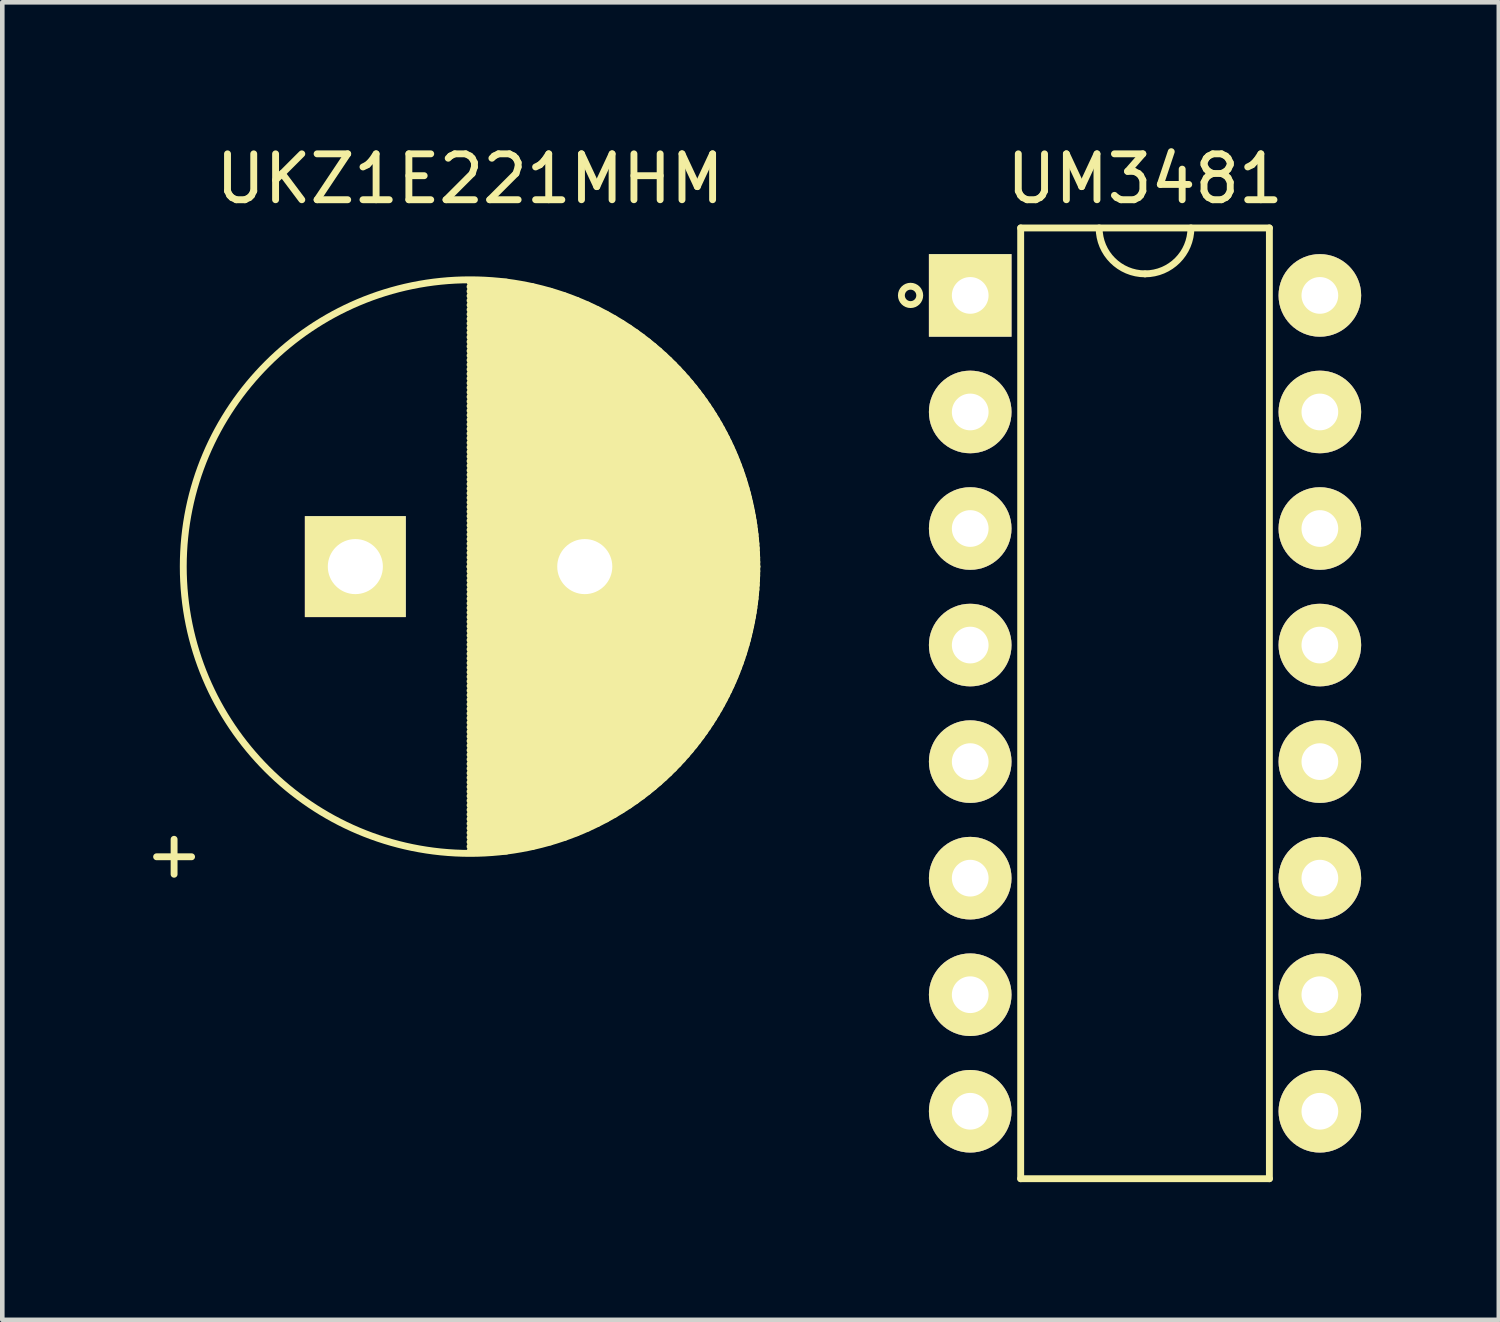
<source format=kicad_pcb>
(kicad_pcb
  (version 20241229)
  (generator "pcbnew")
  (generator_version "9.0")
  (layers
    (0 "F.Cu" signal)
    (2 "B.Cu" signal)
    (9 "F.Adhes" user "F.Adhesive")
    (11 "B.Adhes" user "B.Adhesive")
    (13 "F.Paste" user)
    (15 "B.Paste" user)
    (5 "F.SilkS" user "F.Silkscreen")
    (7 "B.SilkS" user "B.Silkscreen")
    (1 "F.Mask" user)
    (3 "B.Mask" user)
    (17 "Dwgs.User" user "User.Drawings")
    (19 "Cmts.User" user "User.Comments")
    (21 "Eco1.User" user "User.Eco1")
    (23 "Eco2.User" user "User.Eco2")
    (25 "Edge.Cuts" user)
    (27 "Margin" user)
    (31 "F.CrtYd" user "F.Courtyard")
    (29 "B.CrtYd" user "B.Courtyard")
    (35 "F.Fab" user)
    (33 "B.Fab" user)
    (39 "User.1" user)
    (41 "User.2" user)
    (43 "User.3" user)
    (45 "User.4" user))
  (footprint "UM3481"
    (layer "F.Cu")
    (at 18.094 3.388)
    (property "Reference" "UM3481" (at 3.81 -2.54 0) (layer "F.SilkS") (effects (font (size 1 1) (thickness 0.15))))
    (attr through_hole)
    (fp_line (start 1.1 -1.47) (end 6.52 -1.47) (stroke (width 0.15) (type solid)) (layer "F.SilkS"))
    (fp_line (start 1.1 19.25) (end 1.1 -1.47) (stroke (width 0.15) (type solid)) (layer "F.SilkS"))
    (fp_line (start 6.52 -1.47) (end 6.52 19.25) (stroke (width 0.15) (type solid)) (layer "F.SilkS"))
    (fp_line (start 6.52 19.25) (end 1.1 19.25) (stroke (width 0.15) (type solid)) (layer "F.SilkS"))
    (fp_arc (start 3.81 -0.47) (mid 3.102893 -0.762893) (end 2.81 -1.47) (stroke (width 0.15) (type solid)) (layer "F.SilkS"))
    (fp_arc (start 4.81 -1.47) (mid 4.517107 -0.762893) (end 3.81 -0.47) (stroke (width 0.15) (type solid)) (layer "F.SilkS"))
    (fp_circle (center -1.3 0) (end -1.3 0.2) (stroke (width 0.15) (type solid)) (fill no) (layer "F.SilkS"))
    (pad "1" thru_hole rect (at 0 0) (size 1.8 1.8) (drill 0.8) (layers "*.Cu" "*.Mask" "F.SilkS"))
    (pad "2" thru_hole circle (at 0 2.54) (size 1.8 1.8) (drill 0.8) (layers "*.Cu" "*.Mask" "F.SilkS"))
    (pad "3" thru_hole circle (at 0 5.08) (size 1.8 1.8) (drill 0.8) (layers "*.Cu" "*.Mask" "F.SilkS"))
    (pad "4" thru_hole circle (at 0 7.62) (size 1.8 1.8) (drill 0.8) (layers "*.Cu" "*.Mask" "F.SilkS"))
    (pad "5" thru_hole circle (at 0 10.16) (size 1.8 1.8) (drill 0.8) (layers "*.Cu" "*.Mask" "F.SilkS"))
    (pad "6" thru_hole circle (at 0 12.7) (size 1.8 1.8) (drill 0.8) (layers "*.Cu" "*.Mask" "F.SilkS"))
    (pad "7" thru_hole circle (at 0 15.24) (size 1.8 1.8) (drill 0.8) (layers "*.Cu" "*.Mask" "F.SilkS"))
    (pad "8" thru_hole circle (at 0 17.78) (size 1.8 1.8) (drill 0.8) (layers "*.Cu" "*.Mask" "F.SilkS"))
    (pad "9" thru_hole circle (at 7.62 17.78) (size 1.8 1.8) (drill 0.8) (layers "*.Cu" "*.Mask" "F.SilkS"))
    (pad "10" thru_hole circle (at 7.62 15.24) (size 1.8 1.8) (drill 0.8) (layers "*.Cu" "*.Mask" "F.SilkS"))
    (pad "11" thru_hole circle (at 7.62 12.7) (size 1.8 1.8) (drill 0.8) (layers "*.Cu" "*.Mask" "F.SilkS"))
    (pad "12" thru_hole circle (at 7.62 10.16) (size 1.8 1.8) (drill 0.8) (layers "*.Cu" "*.Mask" "F.SilkS"))
    (pad "13" thru_hole circle (at 7.62 7.62) (size 1.8 1.8) (drill 0.8) (layers "*.Cu" "*.Mask" "F.SilkS"))
    (pad "14" thru_hole circle (at 7.62 5.08) (size 1.8 1.8) (drill 0.8) (layers "*.Cu" "*.Mask" "F.SilkS"))
    (pad "15" thru_hole circle (at 7.62 2.54) (size 1.8 1.8) (drill 0.8) (layers "*.Cu" "*.Mask" "F.SilkS"))
    (pad "16" thru_hole circle (at 7.62 0) (size 1.8 1.8) (drill 0.8) (layers "*.Cu" "*.Mask" "F.SilkS")))
  (footprint "UKZ1E221MHM"
    (layer "F.Cu")
    (at 4.694 9.298)
    (property "Reference" "UKZ1E221MHM" (at 2.5 -8.45 0) (layer "F.SilkS") (effects (font (size 1 1) (thickness 0.15))))
    (attr through_hole)
    (fp_line (start 2.5 -6.2) (end 3.289 -6.2) (stroke (width 0.15) (type solid)) (layer "F.SilkS"))
    (fp_line (start 2.5 -6.1) (end 3.861 -6.1) (stroke (width 0.15) (type solid)) (layer "F.SilkS"))
    (fp_line (start 2.5 -6) (end 4.25 -6) (stroke (width 0.15) (type solid)) (layer "F.SilkS"))
    (fp_line (start 2.5 -5.9) (end 4.562 -5.9) (stroke (width 0.15) (type solid)) (layer "F.SilkS"))
    (fp_line (start 2.5 -5.8) (end 4.829 -5.8) (stroke (width 0.15) (type solid)) (layer "F.SilkS"))
    (fp_line (start 2.5 -5.7) (end 5.064 -5.7) (stroke (width 0.15) (type solid)) (layer "F.SilkS"))
    (fp_line (start 2.5 -5.6) (end 5.275 -5.6) (stroke (width 0.15) (type solid)) (layer "F.SilkS"))
    (fp_line (start 2.5 -5.5) (end 5.469 -5.5) (stroke (width 0.15) (type solid)) (layer "F.SilkS"))
    (fp_line (start 2.5 -5.4) (end 5.647 -5.4) (stroke (width 0.15) (type solid)) (layer "F.SilkS"))
    (fp_line (start 2.5 -5.3) (end 5.812 -5.3) (stroke (width 0.15) (type solid)) (layer "F.SilkS"))
    (fp_line (start 2.5 -5.2) (end 5.967 -5.2) (stroke (width 0.15) (type solid)) (layer "F.SilkS"))
    (fp_line (start 2.5 -5.1) (end 6.113 -5.1) (stroke (width 0.15) (type solid)) (layer "F.SilkS"))
    (fp_line (start 2.5 -5) (end 6.25 -5) (stroke (width 0.15) (type solid)) (layer "F.SilkS"))
    (fp_line (start 2.5 -4.9) (end 6.38 -4.9) (stroke (width 0.15) (type solid)) (layer "F.SilkS"))
    (fp_line (start 2.5 -4.8) (end 6.503 -4.8) (stroke (width 0.15) (type solid)) (layer "F.SilkS"))
    (fp_line (start 2.5 -4.7) (end 6.62 -4.7) (stroke (width 0.15) (type solid)) (layer "F.SilkS"))
    (fp_line (start 2.5 -4.6) (end 6.731 -4.6) (stroke (width 0.15) (type solid)) (layer "F.SilkS"))
    (fp_line (start 2.5 -4.5) (end 6.837 -4.5) (stroke (width 0.15) (type solid)) (layer "F.SilkS"))
    (fp_line (start 2.5 -4.4) (end 6.939 -4.4) (stroke (width 0.15) (type solid)) (layer "F.SilkS"))
    (fp_line (start 2.5 -4.3) (end 7.036 -4.3) (stroke (width 0.15) (type solid)) (layer "F.SilkS"))
    (fp_line (start 2.5 -4.2) (end 7.128 -4.2) (stroke (width 0.15) (type solid)) (layer "F.SilkS"))
    (fp_line (start 2.5 -4.1) (end 7.217 -4.1) (stroke (width 0.15) (type solid)) (layer "F.SilkS"))
    (fp_line (start 2.5 -4) (end 7.302 -4) (stroke (width 0.15) (type solid)) (layer "F.SilkS"))
    (fp_line (start 2.5 -3.9) (end 7.384 -3.9) (stroke (width 0.15) (type solid)) (layer "F.SilkS"))
    (fp_line (start 2.5 -3.8) (end 7.462 -3.8) (stroke (width 0.15) (type solid)) (layer "F.SilkS"))
    (fp_line (start 2.5 -3.7) (end 7.537 -3.7) (stroke (width 0.15) (type solid)) (layer "F.SilkS"))
    (fp_line (start 2.5 -3.6) (end 7.609 -3.6) (stroke (width 0.15) (type solid)) (layer "F.SilkS"))
    (fp_line (start 2.5 -3.5) (end 7.678 -3.5) (stroke (width 0.15) (type solid)) (layer "F.SilkS"))
    (fp_line (start 2.5 -3.4) (end 7.744 -3.4) (stroke (width 0.15) (type solid)) (layer "F.SilkS"))
    (fp_line (start 2.5 -3.3) (end 7.808 -3.3) (stroke (width 0.15) (type solid)) (layer "F.SilkS"))
    (fp_line (start 2.5 -3.2) (end 7.869 -3.2) (stroke (width 0.15) (type solid)) (layer "F.SilkS"))
    (fp_line (start 2.5 -3.1) (end 7.927 -3.1) (stroke (width 0.15) (type solid)) (layer "F.SilkS"))
    (fp_line (start 2.5 -3) (end 7.983 -3) (stroke (width 0.15) (type solid)) (layer "F.SilkS"))
    (fp_line (start 2.5 -2.9) (end 8.036 -2.9) (stroke (width 0.15) (type solid)) (layer "F.SilkS"))
    (fp_line (start 2.5 -2.8) (end 8.088 -2.8) (stroke (width 0.15) (type solid)) (layer "F.SilkS"))
    (fp_line (start 2.5 -2.7) (end 8.137 -2.7) (stroke (width 0.15) (type solid)) (layer "F.SilkS"))
    (fp_line (start 2.5 -2.6) (end 8.184 -2.6) (stroke (width 0.15) (type solid)) (layer "F.SilkS"))
    (fp_line (start 2.5 -2.5) (end 8.228 -2.5) (stroke (width 0.15) (type solid)) (layer "F.SilkS"))
    (fp_line (start 2.5 -2.4) (end 8.271 -2.4) (stroke (width 0.15) (type solid)) (layer "F.SilkS"))
    (fp_line (start 2.5 -2.3) (end 8.311 -2.3) (stroke (width 0.15) (type solid)) (layer "F.SilkS"))
    (fp_line (start 2.5 -2.2) (end 8.35 -2.2) (stroke (width 0.15) (type solid)) (layer "F.SilkS"))
    (fp_line (start 2.5 -2.1) (end 8.387 -2.1) (stroke (width 0.15) (type solid)) (layer "F.SilkS"))
    (fp_line (start 2.5 -2) (end 8.421 -2) (stroke (width 0.15) (type solid)) (layer "F.SilkS"))
    (fp_line (start 2.5 -1.9) (end 8.454 -1.9) (stroke (width 0.15) (type solid)) (layer "F.SilkS"))
    (fp_line (start 2.5 -1.8) (end 8.485 -1.8) (stroke (width 0.15) (type solid)) (layer "F.SilkS"))
    (fp_line (start 2.5 -1.7) (end 8.514 -1.7) (stroke (width 0.15) (type solid)) (layer "F.SilkS"))
    (fp_line (start 2.5 -1.6) (end 8.542 -1.6) (stroke (width 0.15) (type solid)) (layer "F.SilkS"))
    (fp_line (start 2.5 -1.5) (end 8.567 -1.5) (stroke (width 0.15) (type solid)) (layer "F.SilkS"))
    (fp_line (start 2.5 -1.4) (end 8.591 -1.4) (stroke (width 0.15) (type solid)) (layer "F.SilkS"))
    (fp_line (start 2.5 -1.3) (end 8.613 -1.3) (stroke (width 0.15) (type solid)) (layer "F.SilkS"))
    (fp_line (start 2.5 -1.2) (end 8.634 -1.2) (stroke (width 0.15) (type solid)) (layer "F.SilkS"))
    (fp_line (start 2.5 -1.1) (end 8.652 -1.1) (stroke (width 0.15) (type solid)) (layer "F.SilkS"))
    (fp_line (start 2.5 -1) (end 8.669 -1) (stroke (width 0.15) (type solid)) (layer "F.SilkS"))
    (fp_line (start 2.5 -0.9) (end 8.685 -0.9) (stroke (width 0.15) (type solid)) (layer "F.SilkS"))
    (fp_line (start 2.5 -0.8) (end 8.699 -0.8) (stroke (width 0.15) (type solid)) (layer "F.SilkS"))
    (fp_line (start 2.5 -0.7) (end 8.711 -0.7) (stroke (width 0.15) (type solid)) (layer "F.SilkS"))
    (fp_line (start 2.5 -0.6) (end 8.721 -0.6) (stroke (width 0.15) (type solid)) (layer "F.SilkS"))
    (fp_line (start 2.5 -0.5) (end 8.73 -0.5) (stroke (width 0.15) (type solid)) (layer "F.SilkS"))
    (fp_line (start 2.5 -0.4) (end 8.737 -0.4) (stroke (width 0.15) (type solid)) (layer "F.SilkS"))
    (fp_line (start 2.5 -0.3) (end 8.743 -0.3) (stroke (width 0.15) (type solid)) (layer "F.SilkS"))
    (fp_line (start 2.5 -0.2) (end 8.747 -0.2) (stroke (width 0.15) (type solid)) (layer "F.SilkS"))
    (fp_line (start 2.5 -0.1) (end 8.749 -0.1) (stroke (width 0.15) (type solid)) (layer "F.SilkS"))
    (fp_line (start 2.5 0) (end 8.75 0) (stroke (width 0.15) (type solid)) (layer "F.SilkS"))
    (fp_line (start 2.5 0) (end 8.75 0) (stroke (width 0.15) (type solid)) (layer "F.SilkS"))
    (fp_line (start 2.5 0.1) (end 8.749 0.1) (stroke (width 0.15) (type solid)) (layer "F.SilkS"))
    (fp_line (start 2.5 0.2) (end 8.747 0.2) (stroke (width 0.15) (type solid)) (layer "F.SilkS"))
    (fp_line (start 2.5 0.3) (end 8.743 0.3) (stroke (width 0.15) (type solid)) (layer "F.SilkS"))
    (fp_line (start 2.5 0.4) (end 8.737 0.4) (stroke (width 0.15) (type solid)) (layer "F.SilkS"))
    (fp_line (start 2.5 0.5) (end 8.73 0.5) (stroke (width 0.15) (type solid)) (layer "F.SilkS"))
    (fp_line (start 2.5 0.6) (end 8.721 0.6) (stroke (width 0.15) (type solid)) (layer "F.SilkS"))
    (fp_line (start 2.5 0.7) (end 8.711 0.7) (stroke (width 0.15) (type solid)) (layer "F.SilkS"))
    (fp_line (start 2.5 0.8) (end 8.699 0.8) (stroke (width 0.15) (type solid)) (layer "F.SilkS"))
    (fp_line (start 2.5 0.9) (end 8.685 0.9) (stroke (width 0.15) (type solid)) (layer "F.SilkS"))
    (fp_line (start 2.5 1) (end 8.669 1) (stroke (width 0.15) (type solid)) (layer "F.SilkS"))
    (fp_line (start 2.5 1.1) (end 8.652 1.1) (stroke (width 0.15) (type solid)) (layer "F.SilkS"))
    (fp_line (start 2.5 1.2) (end 8.634 1.2) (stroke (width 0.15) (type solid)) (layer "F.SilkS"))
    (fp_line (start 2.5 1.3) (end 8.613 1.3) (stroke (width 0.15) (type solid)) (layer "F.SilkS"))
    (fp_line (start 2.5 1.4) (end 8.591 1.4) (stroke (width 0.15) (type solid)) (layer "F.SilkS"))
    (fp_line (start 2.5 1.5) (end 8.567 1.5) (stroke (width 0.15) (type solid)) (layer "F.SilkS"))
    (fp_line (start 2.5 1.6) (end 8.542 1.6) (stroke (width 0.15) (type solid)) (layer "F.SilkS"))
    (fp_line (start 2.5 1.7) (end 8.514 1.7) (stroke (width 0.15) (type solid)) (layer "F.SilkS"))
    (fp_line (start 2.5 1.8) (end 8.485 1.8) (stroke (width 0.15) (type solid)) (layer "F.SilkS"))
    (fp_line (start 2.5 1.9) (end 8.454 1.9) (stroke (width 0.15) (type solid)) (layer "F.SilkS"))
    (fp_line (start 2.5 2) (end 8.421 2) (stroke (width 0.15) (type solid)) (layer "F.SilkS"))
    (fp_line (start 2.5 2.1) (end 8.387 2.1) (stroke (width 0.15) (type solid)) (layer "F.SilkS"))
    (fp_line (start 2.5 2.2) (end 8.35 2.2) (stroke (width 0.15) (type solid)) (layer "F.SilkS"))
    (fp_line (start 2.5 2.3) (end 8.311 2.3) (stroke (width 0.15) (type solid)) (layer "F.SilkS"))
    (fp_line (start 2.5 2.4) (end 8.271 2.4) (stroke (width 0.15) (type solid)) (layer "F.SilkS"))
    (fp_line (start 2.5 2.5) (end 8.228 2.5) (stroke (width 0.15) (type solid)) (layer "F.SilkS"))
    (fp_line (start 2.5 2.6) (end 8.184 2.6) (stroke (width 0.15) (type solid)) (layer "F.SilkS"))
    (fp_line (start 2.5 2.7) (end 8.137 2.7) (stroke (width 0.15) (type solid)) (layer "F.SilkS"))
    (fp_line (start 2.5 2.8) (end 8.088 2.8) (stroke (width 0.15) (type solid)) (layer "F.SilkS"))
    (fp_line (start 2.5 2.9) (end 8.036 2.9) (stroke (width 0.15) (type solid)) (layer "F.SilkS"))
    (fp_line (start 2.5 3) (end 7.983 3) (stroke (width 0.15) (type solid)) (layer "F.SilkS"))
    (fp_line (start 2.5 3.1) (end 7.927 3.1) (stroke (width 0.15) (type solid)) (layer "F.SilkS"))
    (fp_line (start 2.5 3.2) (end 7.869 3.2) (stroke (width 0.15) (type solid)) (layer "F.SilkS"))
    (fp_line (start 2.5 3.3) (end 7.808 3.3) (stroke (width 0.15) (type solid)) (layer "F.SilkS"))
    (fp_line (start 2.5 3.4) (end 7.744 3.4) (stroke (width 0.15) (type solid)) (layer "F.SilkS"))
    (fp_line (start 2.5 3.5) (end 7.678 3.5) (stroke (width 0.15) (type solid)) (layer "F.SilkS"))
    (fp_line (start 2.5 3.6) (end 7.609 3.6) (stroke (width 0.15) (type solid)) (layer "F.SilkS"))
    (fp_line (start 2.5 3.7) (end 7.537 3.7) (stroke (width 0.15) (type solid)) (layer "F.SilkS"))
    (fp_line (start 2.5 3.8) (end 7.462 3.8) (stroke (width 0.15) (type solid)) (layer "F.SilkS"))
    (fp_line (start 2.5 3.9) (end 7.384 3.9) (stroke (width 0.15) (type solid)) (layer "F.SilkS"))
    (fp_line (start 2.5 4) (end 7.302 4) (stroke (width 0.15) (type solid)) (layer "F.SilkS"))
    (fp_line (start 2.5 4.1) (end 7.217 4.1) (stroke (width 0.15) (type solid)) (layer "F.SilkS"))
    (fp_line (start 2.5 4.2) (end 7.128 4.2) (stroke (width 0.15) (type solid)) (layer "F.SilkS"))
    (fp_line (start 2.5 4.3) (end 7.036 4.3) (stroke (width 0.15) (type solid)) (layer "F.SilkS"))
    (fp_line (start 2.5 4.4) (end 6.939 4.4) (stroke (width 0.15) (type solid)) (layer "F.SilkS"))
    (fp_line (start 2.5 4.5) (end 6.837 4.5) (stroke (width 0.15) (type solid)) (layer "F.SilkS"))
    (fp_line (start 2.5 4.6) (end 6.731 4.6) (stroke (width 0.15) (type solid)) (layer "F.SilkS"))
    (fp_line (start 2.5 4.7) (end 6.62 4.7) (stroke (width 0.15) (type solid)) (layer "F.SilkS"))
    (fp_line (start 2.5 4.8) (end 6.503 4.8) (stroke (width 0.15) (type solid)) (layer "F.SilkS"))
    (fp_line (start 2.5 4.9) (end 6.38 4.9) (stroke (width 0.15) (type solid)) (layer "F.SilkS"))
    (fp_line (start 2.5 5) (end 6.25 5) (stroke (width 0.15) (type solid)) (layer "F.SilkS"))
    (fp_line (start 2.5 5.1) (end 6.113 5.1) (stroke (width 0.15) (type solid)) (layer "F.SilkS"))
    (fp_line (start 2.5 5.2) (end 5.967 5.2) (stroke (width 0.15) (type solid)) (layer "F.SilkS"))
    (fp_line (start 2.5 5.3) (end 5.812 5.3) (stroke (width 0.15) (type solid)) (layer "F.SilkS"))
    (fp_line (start 2.5 5.4) (end 5.647 5.4) (stroke (width 0.15) (type solid)) (layer "F.SilkS"))
    (fp_line (start 2.5 5.5) (end 5.469 5.5) (stroke (width 0.15) (type solid)) (layer "F.SilkS"))
    (fp_line (start 2.5 5.6) (end 5.275 5.6) (stroke (width 0.15) (type solid)) (layer "F.SilkS"))
    (fp_line (start 2.5 5.7) (end 5.064 5.7) (stroke (width 0.15) (type solid)) (layer "F.SilkS"))
    (fp_line (start 2.5 5.8) (end 4.829 5.8) (stroke (width 0.15) (type solid)) (layer "F.SilkS"))
    (fp_line (start 2.5 5.9) (end 4.562 5.9) (stroke (width 0.15) (type solid)) (layer "F.SilkS"))
    (fp_line (start 2.5 6) (end 4.25 6) (stroke (width 0.15) (type solid)) (layer "F.SilkS"))
    (fp_line (start 2.5 6.1) (end 3.861 6.1) (stroke (width 0.15) (type solid)) (layer "F.SilkS"))
    (fp_line (start 2.5 6.2) (end 3.289 6.2) (stroke (width 0.15) (type solid)) (layer "F.SilkS"))
    (fp_circle (center 2.5 0) (end 2.5 -6.25) (stroke (width 0.15) (type solid)) (fill no) (layer "F.SilkS"))
    (fp_text user "+" (at -3.95 6.25 0) (layer "F.SilkS") (effects (font (size 1 1) (thickness 0.15))))
    (pad "1" thru_hole rect (at 0 0) (size 2.2 2.2) (drill 1.2) (layers "*.Cu" "*.Mask" "F.SilkS"))
    (pad "2" thru_hole circle (at 5 0) (size 2.2 2.2) (drill 1.2) (layers "*.Cu" "*.Mask" "F.SilkS")))
  (gr_rect
    (start -3 -3)
    (end 29.614 25.713)
    (stroke (width 0.1) (type default))
    (fill no)
    (layer "Edge.Cuts")))
</source>
